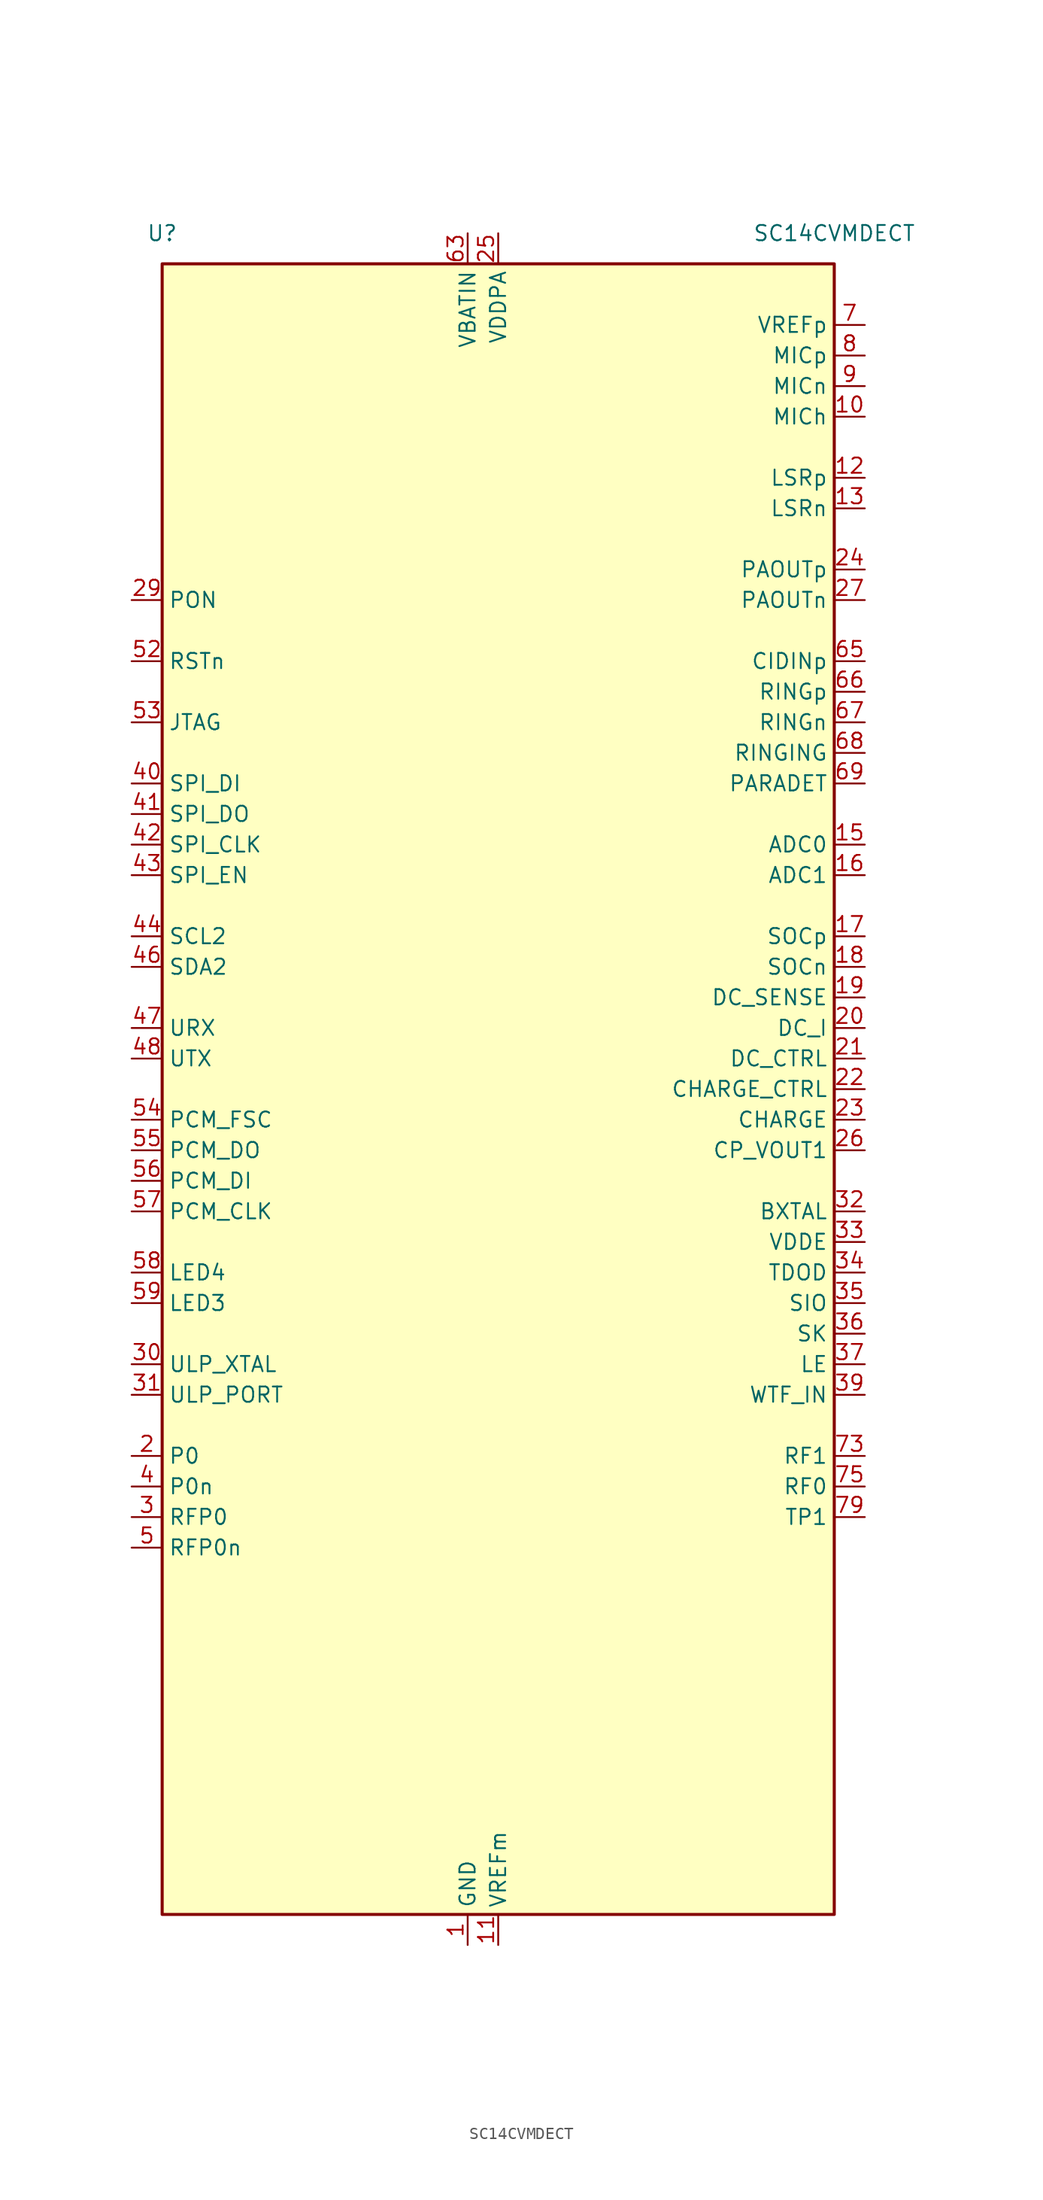
<source format=kicad_sym>
(kicad_symbol_lib
  (version 20231120)
  (generator "kicad_symbol_editor")
  (generator_version "8.0")
  (symbol "SC14CVMDECT"
    (property "Reference" "U"
      (at -27.94 71.12 0)
      (effects (font (size 1.27 1.27))))
    (property "Value" "SC14CVMDECT"
      (at 27.94 71.12 0)
      (effects (font (size 1.27 1.27))))
    (symbol "SC14CVMDECT_0_0"
      (rectangle (start 27.94 68.58) (end -27.94 -68.58) (stroke (width 0.254) (type default)) (fill (type background)))
      (pin power_in line (at -2.54 -71.12 90) (length 2.54) (name "GND" (effects (font (size 1.27 1.27)))) (number "1" (effects (font (size 1.27 1.27)))))
      (pin input line (at 30.48 55.88 180) (length 2.54) (name "MICh" (effects (font (size 1.27 1.27)))) (number "10" (effects (font (size 1.27 1.27)))) (alternate "LINEIN" input line))
      (pin power_out line (at 0 -71.12 90) (length 2.54) (name "VREFm" (effects (font (size 1.27 1.27)))) (number "11" (effects (font (size 1.27 1.27)))))
      (pin output line (at 30.48 50.8 180) (length 2.54) (name "LSRp" (effects (font (size 1.27 1.27)))) (number "12" (effects (font (size 1.27 1.27)))) (alternate "AGND" output line) (alternate "LINEOUT" output line))
      (pin output line (at 30.48 48.26 180) (length 2.54) (name "LSRn" (effects (font (size 1.27 1.27)))) (number "13" (effects (font (size 1.27 1.27)))) (alternate "AGND" output line) (alternate "LINEOUT" output line))
      (pin passive line (at -2.54 -71.12 90) (length 2.54) hide (name "GND" (effects (font (size 1.27 1.27)))) (number "14" (effects (font (size 1.27 1.27)))))
      (pin bidirectional line (at 30.48 20.32 180) (length 2.54) (name "ADC0" (effects (font (size 1.27 1.27)))) (number "15" (effects (font (size 1.27 1.27)))) (alternate "P3[3]" bidirectional line))
      (pin bidirectional line (at 30.48 17.78 180) (length 2.54) (name "ADC1" (effects (font (size 1.27 1.27)))) (number "16" (effects (font (size 1.27 1.27)))) (alternate "INT0" bidirectional line) (alternate "P1[0]" bidirectional line))
      (pin input line (at 30.48 12.7 180) (length 2.54) (name "SOCp" (effects (font (size 1.27 1.27)))) (number "17" (effects (font (size 1.27 1.27)))))
      (pin input line (at 30.48 10.16 180) (length 2.54) (name "SOCn" (effects (font (size 1.27 1.27)))) (number "18" (effects (font (size 1.27 1.27)))))
      (pin input line (at 30.48 7.62 180) (length 2.54) (name "DC_SENSE" (effects (font (size 1.27 1.27)))) (number "19" (effects (font (size 1.27 1.27)))))
      (pin output line (at -30.48 -30.48 0) (length 2.54) (name "P0" (effects (font (size 1.27 1.27)))) (number "2" (effects (font (size 1.27 1.27)))))
      (pin input line (at 30.48 5.08 180) (length 2.54) (name "DC_I" (effects (font (size 1.27 1.27)))) (number "20" (effects (font (size 1.27 1.27)))))
      (pin output line (at 30.48 2.54 180) (length 2.54) (name "DC_CTRL" (effects (font (size 1.27 1.27)))) (number "21" (effects (font (size 1.27 1.27)))))
      (pin output line (at 30.48 0 180) (length 2.54) (name "CHARGE_CTRL" (effects (font (size 1.27 1.27)))) (number "22" (effects (font (size 1.27 1.27)))))
      (pin input line (at 30.48 -2.54 180) (length 2.54) (name "CHARGE" (effects (font (size 1.27 1.27)))) (number "23" (effects (font (size 1.27 1.27)))) (alternate "P1[7]" input line))
      (pin bidirectional line (at 30.48 43.18 180) (length 2.54) (name "PAOUTp" (effects (font (size 1.27 1.27)))) (number "24" (effects (font (size 1.27 1.27)))) (alternate "DP1" bidirectional line) (alternate "P3[1]" bidirectional line))
      (pin power_in line (at 0 71.12 270) (length 2.54) (name "VDDPA" (effects (font (size 1.27 1.27)))) (number "25" (effects (font (size 1.27 1.27)))))
      (pin output line (at 30.48 -5.08 180) (length 2.54) (name "CP_VOUT1" (effects (font (size 1.27 1.27)))) (number "26" (effects (font (size 1.27 1.27)))))
      (pin bidirectional line (at 30.48 40.64 180) (length 2.54) (name "PAOUTn" (effects (font (size 1.27 1.27)))) (number "27" (effects (font (size 1.27 1.27)))) (alternate "DP0" bidirectional line) (alternate "P3[0]" bidirectional line))
      (pin passive line (at -2.54 -71.12 90) (length 2.54) hide (name "GND" (effects (font (size 1.27 1.27)))) (number "28" (effects (font (size 1.27 1.27)))))
      (pin input line (at -30.48 40.64 0) (length 2.54) (name "PON" (effects (font (size 1.27 1.27)))) (number "29" (effects (font (size 1.27 1.27)))) (alternate "P1[6]" input line))
      (pin output line (at -30.48 -35.56 0) (length 2.54) (name "RFP0" (effects (font (size 1.27 1.27)))) (number "3" (effects (font (size 1.27 1.27)))))
      (pin input line (at -30.48 -22.86 0) (length 2.54) (name "ULP_XTAL" (effects (font (size 1.27 1.27)))) (number "30" (effects (font (size 1.27 1.27)))))
      (pin input line (at -30.48 -25.4 0) (length 2.54) (name "ULP_PORT" (effects (font (size 1.27 1.27)))) (number "31" (effects (font (size 1.27 1.27)))))
      (pin bidirectional line (at 30.48 -10.16 180) (length 2.54) (name "BXTAL" (effects (font (size 1.27 1.27)))) (number "32" (effects (font (size 1.27 1.27)))) (alternate "INT7" bidirectional line) (alternate "P2[7]" bidirectional line))
      (pin bidirectional line (at 30.48 -12.7 180) (length 2.54) (name "VDDE" (effects (font (size 1.27 1.27)))) (number "33" (effects (font (size 1.27 1.27)))) (alternate "INT5" bidirectional line) (alternate "P1[5]" bidirectional line) (alternate "RDI" bidirectional line))
      (pin bidirectional line (at 30.48 -15.24 180) (length 2.54) (name "TDOD" (effects (font (size 1.27 1.27)))) (number "34" (effects (font (size 1.27 1.27)))) (alternate "INT4" bidirectional line) (alternate "P1[4]" bidirectional line))
      (pin bidirectional line (at 30.48 -17.78 180) (length 2.54) (name "SIO" (effects (font (size 1.27 1.27)))) (number "35" (effects (font (size 1.27 1.27)))) (alternate "INT3" bidirectional line) (alternate "P1[3]" bidirectional line))
      (pin bidirectional line (at 30.48 -20.32 180) (length 2.54) (name "SK" (effects (font (size 1.27 1.27)))) (number "36" (effects (font (size 1.27 1.27)))) (alternate "INT2" bidirectional line) (alternate "P1[2]" bidirectional line))
      (pin bidirectional line (at 30.48 -22.86 180) (length 2.54) (name "LE" (effects (font (size 1.27 1.27)))) (number "37" (effects (font (size 1.27 1.27)))) (alternate "INT1" bidirectional line) (alternate "P1[1]" bidirectional line))
      (pin passive line (at -2.54 -71.12 90) (length 2.54) hide (name "GND" (effects (font (size 1.27 1.27)))) (number "38" (effects (font (size 1.27 1.27)))))
      (pin bidirectional line (at 30.48 -25.4 180) (length 2.54) (name "WTF_IN" (effects (font (size 1.27 1.27)))) (number "39" (effects (font (size 1.27 1.27)))) (alternate "P2[6]" bidirectional line))
      (pin output line (at -30.48 -33.02 0) (length 2.54) (name "P0n" (effects (font (size 1.27 1.27)))) (number "4" (effects (font (size 1.27 1.27)))))
      (pin bidirectional line (at -30.48 25.4 0) (length 2.54) (name "SPI_DI" (effects (font (size 1.27 1.27)))) (number "40" (effects (font (size 1.27 1.27)))) (alternate "P0[7]" bidirectional line) (alternate "PWM1" bidirectional line))
      (pin bidirectional line (at -30.48 22.86 0) (length 2.54) (name "SPI_DO" (effects (font (size 1.27 1.27)))) (number "41" (effects (font (size 1.27 1.27)))) (alternate "P0[6]" bidirectional line))
      (pin bidirectional line (at -30.48 20.32 0) (length 2.54) (name "SPI_CLK" (effects (font (size 1.27 1.27)))) (number "42" (effects (font (size 1.27 1.27)))) (alternate "P0[5]" bidirectional line))
      (pin bidirectional line (at -30.48 17.78 0) (length 2.54) (name "SPI_EN" (effects (font (size 1.27 1.27)))) (number "43" (effects (font (size 1.27 1.27)))) (alternate "P0[4]" bidirectional line))
      (pin bidirectional line (at -30.48 12.7 0) (length 2.54) (name "SCL2" (effects (font (size 1.27 1.27)))) (number "44" (effects (font (size 1.27 1.27)))) (alternate "P0[3]" bidirectional line) (alternate "URX2" bidirectional line))
      (pin passive line (at -2.54 -71.12 90) (length 2.54) hide (name "GND" (effects (font (size 1.27 1.27)))) (number "45" (effects (font (size 1.27 1.27)))))
      (pin bidirectional line (at -30.48 10.16 0) (length 2.54) (name "SDA2" (effects (font (size 1.27 1.27)))) (number "46" (effects (font (size 1.27 1.27)))) (alternate "P0[2]" bidirectional line) (alternate "UTX2" bidirectional line))
      (pin bidirectional line (at -30.48 5.08 0) (length 2.54) (name "URX" (effects (font (size 1.27 1.27)))) (number "47" (effects (font (size 1.27 1.27)))) (alternate "P0[1]" bidirectional line) (alternate "PWM0" bidirectional line))
      (pin output line (at -30.48 2.54 0) (length 2.54) (name "UTX" (effects (font (size 1.27 1.27)))) (number "48" (effects (font (size 1.27 1.27)))) (alternate "P0[0]" output line))
      (pin passive line (at -2.54 -71.12 90) (length 2.54) hide (name "GND" (effects (font (size 1.27 1.27)))) (number "49" (effects (font (size 1.27 1.27)))))
      (pin output line (at -30.48 -38.1 0) (length 2.54) (name "RFP0n" (effects (font (size 1.27 1.27)))) (number "5" (effects (font (size 1.27 1.27)))))
      (pin passive line (at -2.54 -71.12 90) (length 2.54) hide (name "GND" (effects (font (size 1.27 1.27)))) (number "50" (effects (font (size 1.27 1.27)))))
      (pin passive line (at -2.54 -71.12 90) (length 2.54) hide (name "GND" (effects (font (size 1.27 1.27)))) (number "51" (effects (font (size 1.27 1.27)))))
      (pin input line (at -30.48 35.56 0) (length 2.54) (name "RSTn" (effects (font (size 1.27 1.27)))) (number "52" (effects (font (size 1.27 1.27)))))
      (pin bidirectional line (at -30.48 30.48 0) (length 2.54) (name "JTAG" (effects (font (size 1.27 1.27)))) (number "53" (effects (font (size 1.27 1.27)))))
      (pin bidirectional line (at -30.48 -2.54 0) (length 2.54) (name "PCM_FSC" (effects (font (size 1.27 1.27)))) (number "54" (effects (font (size 1.27 1.27)))) (alternate "P2[5]" bidirectional line) (alternate "SF" bidirectional line))
      (pin bidirectional line (at -30.48 -5.08 0) (length 2.54) (name "PCM_DO" (effects (font (size 1.27 1.27)))) (number "55" (effects (font (size 1.27 1.27)))) (alternate "DP3" bidirectional line) (alternate "P2[4]" bidirectional line) (alternate "SCL1" bidirectional line))
      (pin bidirectional line (at -30.48 -7.62 0) (length 2.54) (name "PCM_DI" (effects (font (size 1.27 1.27)))) (number "56" (effects (font (size 1.27 1.27)))) (alternate "DP2" bidirectional line) (alternate "P2[3]" bidirectional line) (alternate "SDA1" bidirectional line))
      (pin bidirectional line (at -30.48 -10.16 0) (length 2.54) (name "PCM_CLK" (effects (font (size 1.27 1.27)))) (number "57" (effects (font (size 1.27 1.27)))) (alternate "P2[2]" bidirectional line))
      (pin bidirectional line (at -30.48 -15.24 0) (length 2.54) (name "LED4" (effects (font (size 1.27 1.27)))) (number "58" (effects (font (size 1.27 1.27)))) (alternate "P2[1]" bidirectional line) (alternate "PM1" bidirectional line))
      (pin bidirectional line (at -30.48 -17.78 0) (length 2.54) (name "LED3" (effects (font (size 1.27 1.27)))) (number "59" (effects (font (size 1.27 1.27)))) (alternate "P2[0]" bidirectional line) (alternate "PM0" bidirectional line))
      (pin passive line (at -2.54 -71.12 90) (length 2.54) hide (name "GND" (effects (font (size 1.27 1.27)))) (number "6" (effects (font (size 1.27 1.27)))))
      (pin passive line (at -2.54 -71.12 90) (length 2.54) hide (name "GND" (effects (font (size 1.27 1.27)))) (number "60" (effects (font (size 1.27 1.27)))))
      (pin no_connect line (at 27.94 -40.64 180) (length 2.54) hide (name "VDDOUT" (effects (font (size 1.27 1.27)))) (number "61" (effects (font (size 1.27 1.27)))))
      (pin no_connect line (at 27.94 -43.18 180) (length 2.54) hide (name "VBATS" (effects (font (size 1.27 1.27)))) (number "62" (effects (font (size 1.27 1.27)))))
      (pin power_in line (at -2.54 71.12 270) (length 2.54) (name "VBATIN" (effects (font (size 1.27 1.27)))) (number "63" (effects (font (size 1.27 1.27)))))
      (pin passive line (at -2.54 71.12 270) (length 2.54) hide (name "VBATIN" (effects (font (size 1.27 1.27)))) (number "64" (effects (font (size 1.27 1.27)))))
      (pin bidirectional line (at 30.48 35.56 180) (length 2.54) (name "CIDINp" (effects (font (size 1.27 1.27)))) (number "65" (effects (font (size 1.27 1.27)))) (alternate "P3[2]" bidirectional line))
      (pin bidirectional line (at 30.48 33.02 180) (length 2.54) (name "RINGp" (effects (font (size 1.27 1.27)))) (number "66" (effects (font (size 1.27 1.27)))) (alternate "P3[7]" bidirectional line))
      (pin bidirectional line (at 30.48 30.48 180) (length 2.54) (name "RINGn" (effects (font (size 1.27 1.27)))) (number "67" (effects (font (size 1.27 1.27)))) (alternate "P3[6]" bidirectional line))
      (pin bidirectional line (at 30.48 27.94 180) (length 2.54) (name "RINGING" (effects (font (size 1.27 1.27)))) (number "68" (effects (font (size 1.27 1.27)))) (alternate "P3[5]" bidirectional line) (alternate "RINGOUT" bidirectional line))
      (pin bidirectional line (at 30.48 25.4 180) (length 2.54) (name "PARADET" (effects (font (size 1.27 1.27)))) (number "69" (effects (font (size 1.27 1.27)))) (alternate "P3[4]" bidirectional line))
      (pin power_out line (at 30.48 63.5 180) (length 2.54) (name "VREFp" (effects (font (size 1.27 1.27)))) (number "7" (effects (font (size 1.27 1.27)))))
      (pin passive line (at -2.54 -71.12 90) (length 2.54) hide (name "GND" (effects (font (size 1.27 1.27)))) (number "70" (effects (font (size 1.27 1.27)))))
      (pin passive line (at -2.54 -71.12 90) (length 2.54) hide (name "GND" (effects (font (size 1.27 1.27)))) (number "71" (effects (font (size 1.27 1.27)))))
      (pin passive line (at -2.54 -71.12 90) (length 2.54) hide (name "GND" (effects (font (size 1.27 1.27)))) (number "72" (effects (font (size 1.27 1.27)))))
      (pin input line (at 30.48 -30.48 180) (length 2.54) (name "RF1" (effects (font (size 1.27 1.27)))) (number "73" (effects (font (size 1.27 1.27)))))
      (pin passive line (at -2.54 -71.12 90) (length 2.54) hide (name "GND" (effects (font (size 1.27 1.27)))) (number "74" (effects (font (size 1.27 1.27)))))
      (pin input line (at 30.48 -33.02 180) (length 2.54) (name "RF0" (effects (font (size 1.27 1.27)))) (number "75" (effects (font (size 1.27 1.27)))))
      (pin passive line (at -2.54 -71.12 90) (length 2.54) hide (name "GND" (effects (font (size 1.27 1.27)))) (number "76" (effects (font (size 1.27 1.27)))))
      (pin passive line (at -2.54 -71.12 90) (length 2.54) hide (name "GND" (effects (font (size 1.27 1.27)))) (number "77" (effects (font (size 1.27 1.27)))))
      (pin passive line (at -2.54 -71.12 90) (length 2.54) hide (name "GND" (effects (font (size 1.27 1.27)))) (number "78" (effects (font (size 1.27 1.27)))))
      (pin input line (at 30.48 -35.56 180) (length 2.54) (name "TP1" (effects (font (size 1.27 1.27)))) (number "79" (effects (font (size 1.27 1.27)))))
      (pin input line (at 30.48 60.96 180) (length 2.54) (name "MICp" (effects (font (size 1.27 1.27)))) (number "8" (effects (font (size 1.27 1.27)))) (alternate "CIDINn" input line))
      (pin passive line (at -2.54 -71.12 90) (length 2.54) hide (name "GND" (effects (font (size 1.27 1.27)))) (number "80" (effects (font (size 1.27 1.27)))))
      (pin no_connect line (at 27.94 -45.72 180) (length 2.54) hide (name "TP2" (effects (font (size 1.27 1.27)))) (number "81" (effects (font (size 1.27 1.27)))))
      (pin no_connect line (at 27.94 -48.26 180) (length 2.54) hide (name "TP3" (effects (font (size 1.27 1.27)))) (number "82" (effects (font (size 1.27 1.27)))))
      (pin no_connect line (at 27.94 -50.8 180) (length 2.54) hide (name "TP4" (effects (font (size 1.27 1.27)))) (number "83" (effects (font (size 1.27 1.27)))))
      (pin no_connect line (at 27.94 -53.34 180) (length 2.54) hide (name "TP5" (effects (font (size 1.27 1.27)))) (number "84" (effects (font (size 1.27 1.27)))))
      (pin no_connect line (at 27.94 -55.88 180) (length 2.54) hide (name "TP6" (effects (font (size 1.27 1.27)))) (number "85" (effects (font (size 1.27 1.27)))))
      (pin no_connect line (at 27.94 -58.42 180) (length 2.54) hide (name "TP7" (effects (font (size 1.27 1.27)))) (number "86" (effects (font (size 1.27 1.27)))))
      (pin no_connect line (at 27.94 -60.96 180) (length 2.54) hide (name "TP8" (effects (font (size 1.27 1.27)))) (number "87" (effects (font (size 1.27 1.27)))))
      (pin no_connect line (at 27.94 -63.5 180) (length 2.54) hide (name "TP9" (effects (font (size 1.27 1.27)))) (number "88" (effects (font (size 1.27 1.27)))))
      (pin input line (at 30.48 58.42 180) (length 2.54) (name "MICn" (effects (font (size 1.27 1.27)))) (number "9" (effects (font (size 1.27 1.27)))) (alternate "CIDOUT" input line)))))
</source>
